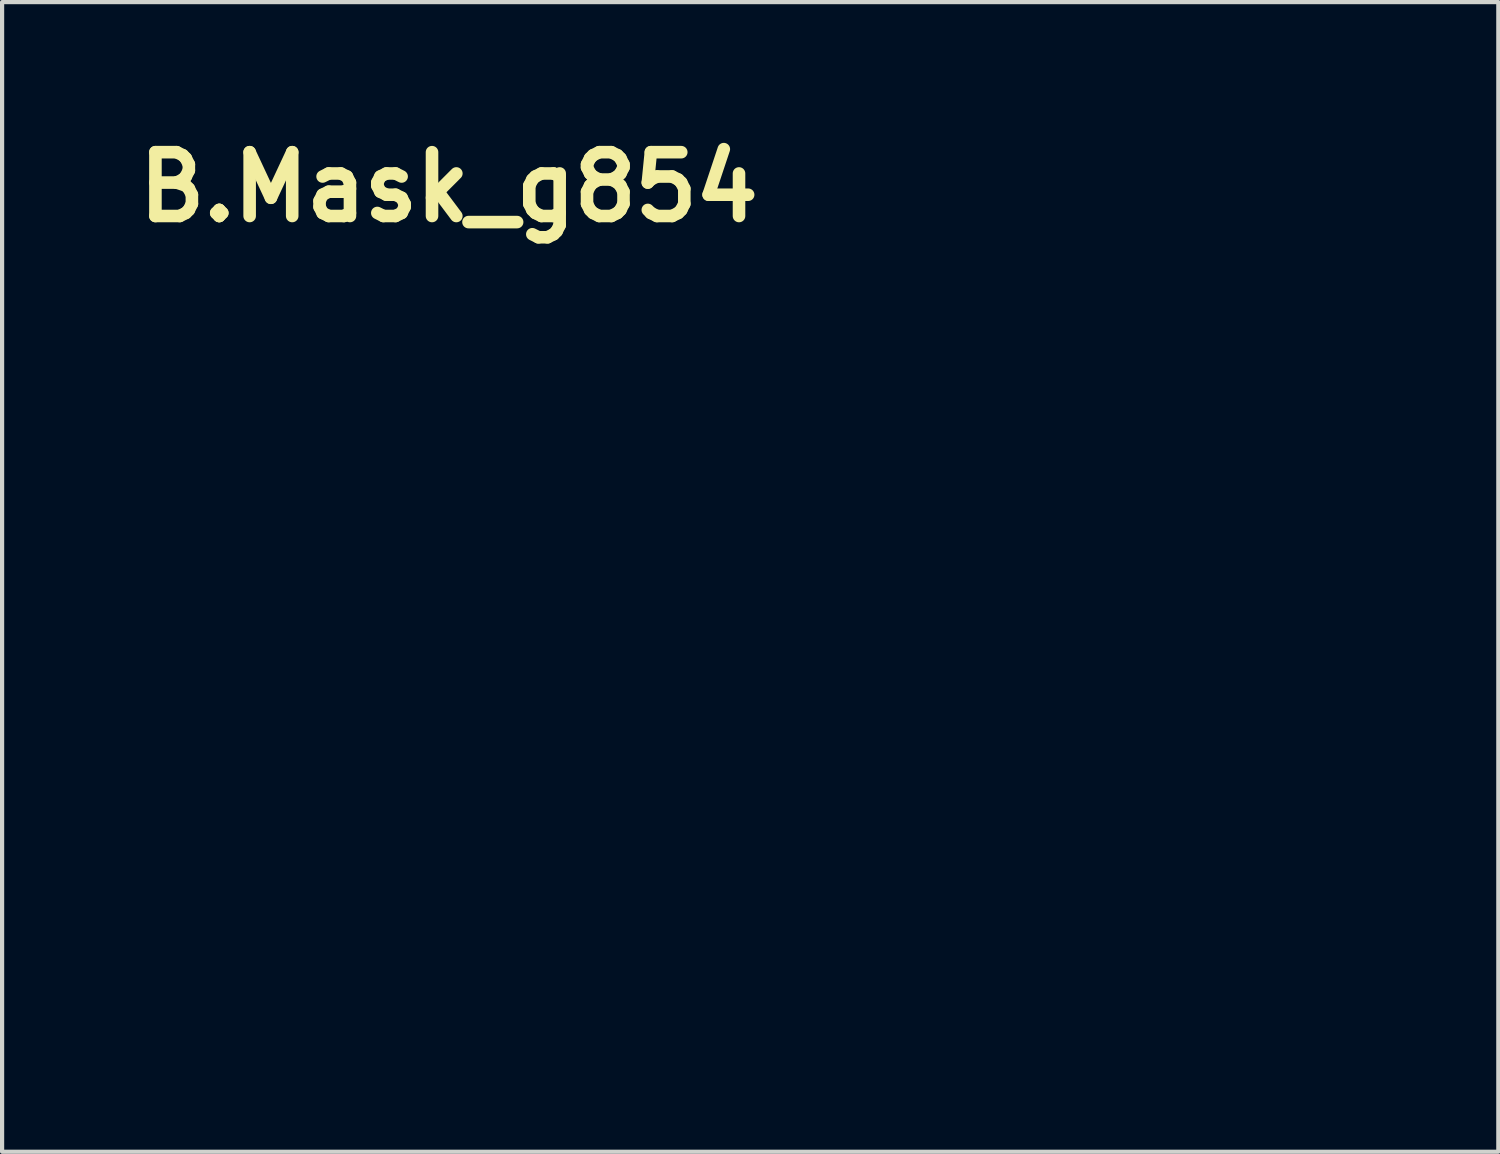
<source format=kicad_pcb>
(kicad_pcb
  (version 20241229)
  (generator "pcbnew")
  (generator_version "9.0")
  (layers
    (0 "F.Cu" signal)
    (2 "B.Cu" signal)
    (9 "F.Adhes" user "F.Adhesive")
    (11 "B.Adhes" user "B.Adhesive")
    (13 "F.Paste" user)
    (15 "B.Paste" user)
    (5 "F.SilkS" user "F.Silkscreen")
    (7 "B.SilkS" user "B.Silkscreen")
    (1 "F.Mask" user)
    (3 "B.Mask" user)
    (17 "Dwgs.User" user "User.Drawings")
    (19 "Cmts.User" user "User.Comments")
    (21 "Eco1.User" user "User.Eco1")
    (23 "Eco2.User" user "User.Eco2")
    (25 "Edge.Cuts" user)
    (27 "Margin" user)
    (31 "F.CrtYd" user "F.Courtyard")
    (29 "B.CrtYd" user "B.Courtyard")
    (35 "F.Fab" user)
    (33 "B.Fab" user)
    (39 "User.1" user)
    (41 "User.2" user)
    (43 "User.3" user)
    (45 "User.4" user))
  (footprint "B.Mask_g854"
    (layer "F.Cu")
    (at 7.664 1.418)
    (property "Reference" "B.Mask_g854" (at 0 0 0) (layer "F.SilkS") (effects (font (size 1.524 1.524) (thickness 0.3))))
    (attr through_hole)
    (fp_poly (pts (xy 21.125 18.405) (xy 21.144 18.413) (xy 21.156 18.431) (xy 21.166 18.471) (xy 21.173 18.538) (xy 21.179 18.638) (xy 21.183 18.762) (xy 21.194 19.092) (xy 21.461 19.092) (xy 21.584 19.09) (xy 21.671 19.085) (xy 21.729 19.076) (xy 21.764 19.063) (xy 21.769 19.06) (xy 21.84 19.029) (xy 21.915 19.032) (xy 21.983 19.065) (xy 22.033 19.122) (xy 22.055 19.198) (xy 22.056 19.209) (xy 22.038 19.286) (xy 21.99 19.346) (xy 21.924 19.383) (xy 21.85 19.39) (xy 21.777 19.364) (xy 21.769 19.358) (xy 21.738 19.343) (xy 21.686 19.334) (xy 21.605 19.328) (xy 21.491 19.326) (xy 21.461 19.326) (xy 21.194 19.325) (xy 21.183 19.637) (xy 21.178 19.751) (xy 21.172 19.851) (xy 21.165 19.929) (xy 21.159 19.978) (xy 21.156 19.987) (xy 21.123 20.016) (xy 21.085 20.023) (xy 21.039 20.02) (xy 21.006 20.008) (xy 20.984 19.98) (xy 20.97 19.929) (xy 20.962 19.849) (xy 20.956 19.735) (xy 20.955 19.72) (xy 20.944 19.457) (xy 20.648 19.678) (xy 20.499 19.789) (xy 20.379 19.876) (xy 20.284 19.941) (xy 20.212 19.986) (xy 20.158 20.014) (xy 20.117 20.026) (xy 20.087 20.024) (xy 20.062 20.01) (xy 20.044 19.991) (xy 20.032 19.96) (xy 20.023 19.898) (xy 20.018 19.802) (xy 20.015 19.668) (xy 20.015 19.647) (xy 20.013 19.336) (xy 19.732 19.33) (xy 19.61 19.328) (xy 19.523 19.33) (xy 19.464 19.335) (xy 19.425 19.345) (xy 19.404 19.356) (xy 19.328 19.388) (xy 19.251 19.384) (xy 19.182 19.35) (xy 19.133 19.291) (xy 19.114 19.213) (xy 19.113 19.209) (xy 19.132 19.131) (xy 19.179 19.071) (xy 19.245 19.035) (xy 19.319 19.027) (xy 19.392 19.054) (xy 19.4 19.06) (xy 19.43 19.074) (xy 19.481 19.083) (xy 19.559 19.089) (xy 19.671 19.091) (xy 19.719 19.092) (xy 19.996 19.092) (xy 20.011 18.782) (xy 20.017 18.669) (xy 20.026 18.569) (xy 20.035 18.49) (xy 20.043 18.442) (xy 20.046 18.433) (xy 20.085 18.4) (xy 20.145 18.399) (xy 20.218 18.43) (xy 20.225 18.434) (xy 20.262 18.459) (xy 20.326 18.505) (xy 20.411 18.567) (xy 20.51 18.639) (xy 20.616 18.718) (xy 20.616 18.718) (xy 20.944 18.962) (xy 20.955 18.705) (xy 20.961 18.603) (xy 20.968 18.515) (xy 20.976 18.451) (xy 20.983 18.42) (xy 20.983 18.42) (xy 21.017 18.4) (xy 21.071 18.395) (xy 21.125 18.405)) (stroke (width 0.01) (type solid)) (fill yes) (layer "B.Mask")))
  (gr_rect
    (start -3 -3)
    (end 32.724 24.449)
    (stroke (width 0.1) (type default))
    (fill no)
    (layer "Edge.Cuts")))
</source>
